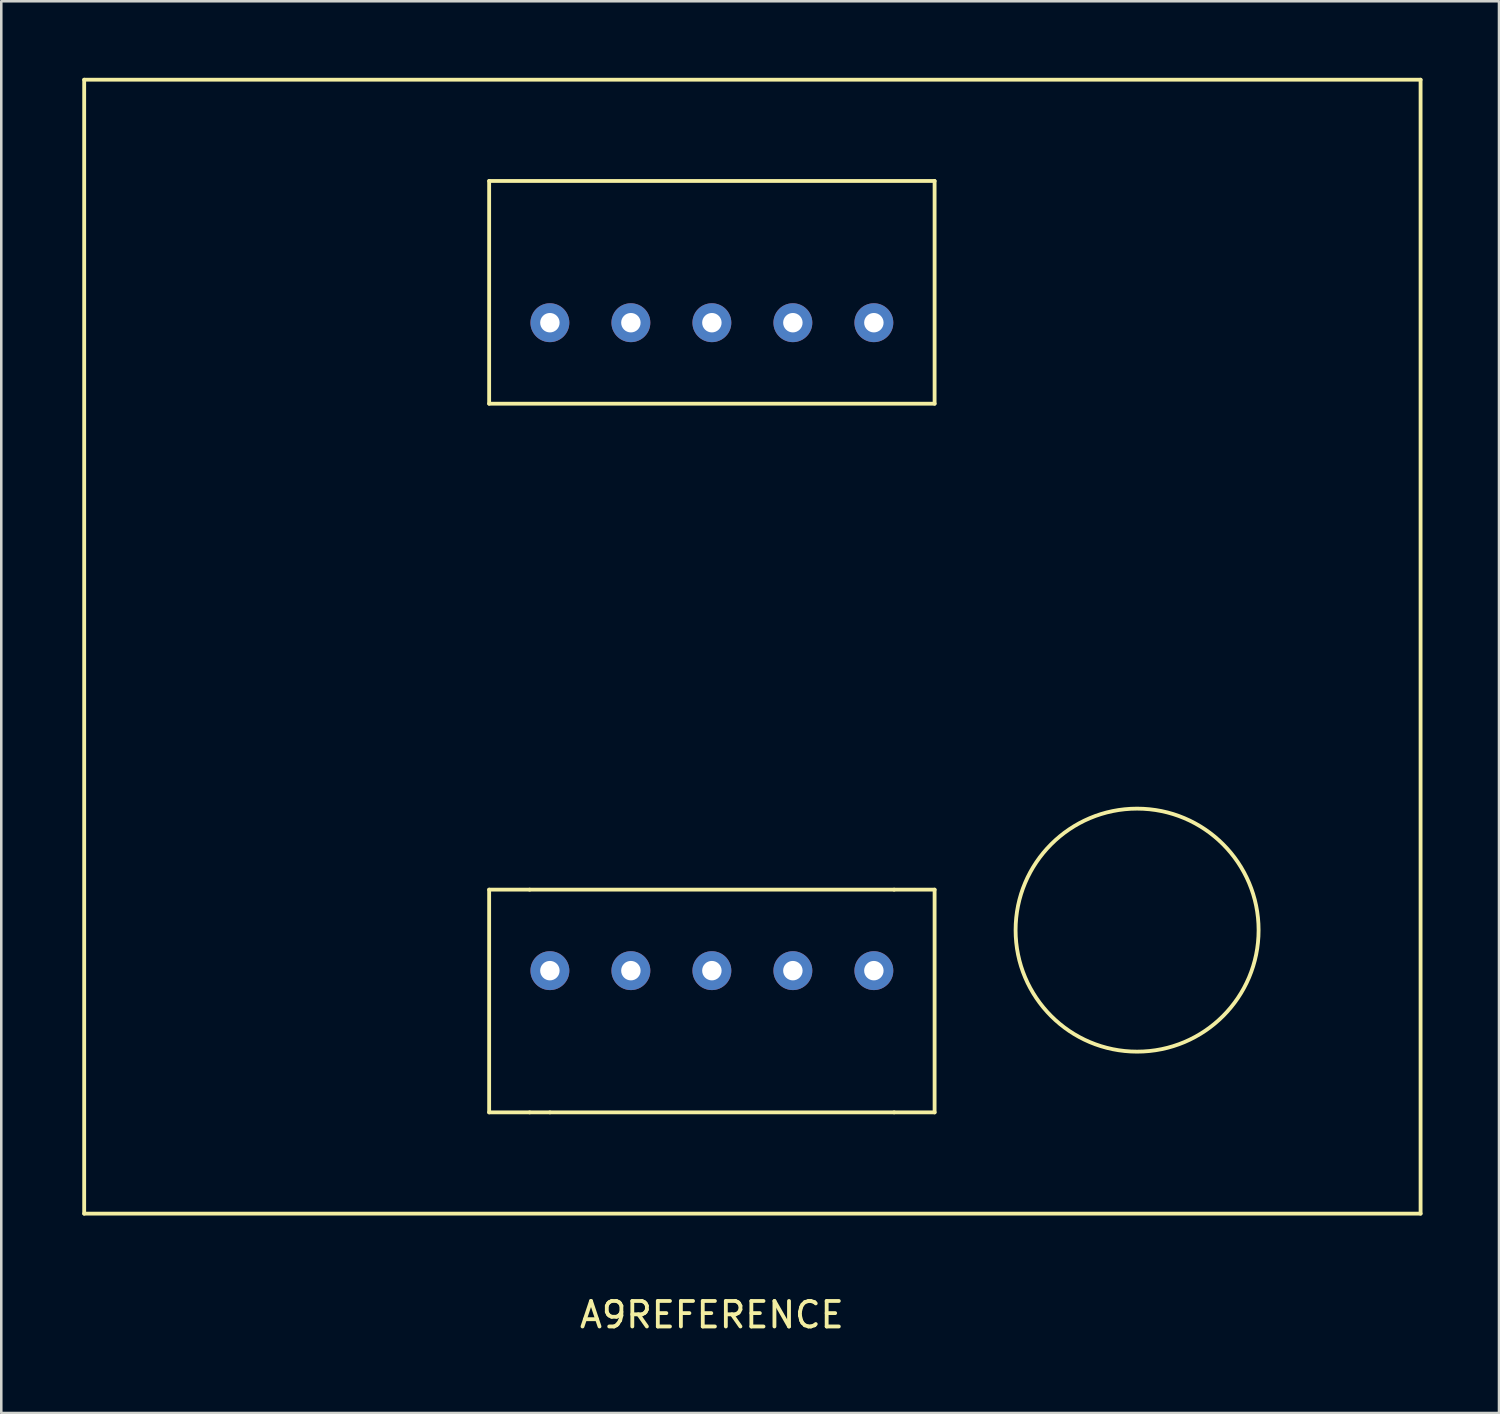
<source format=kicad_pcb>
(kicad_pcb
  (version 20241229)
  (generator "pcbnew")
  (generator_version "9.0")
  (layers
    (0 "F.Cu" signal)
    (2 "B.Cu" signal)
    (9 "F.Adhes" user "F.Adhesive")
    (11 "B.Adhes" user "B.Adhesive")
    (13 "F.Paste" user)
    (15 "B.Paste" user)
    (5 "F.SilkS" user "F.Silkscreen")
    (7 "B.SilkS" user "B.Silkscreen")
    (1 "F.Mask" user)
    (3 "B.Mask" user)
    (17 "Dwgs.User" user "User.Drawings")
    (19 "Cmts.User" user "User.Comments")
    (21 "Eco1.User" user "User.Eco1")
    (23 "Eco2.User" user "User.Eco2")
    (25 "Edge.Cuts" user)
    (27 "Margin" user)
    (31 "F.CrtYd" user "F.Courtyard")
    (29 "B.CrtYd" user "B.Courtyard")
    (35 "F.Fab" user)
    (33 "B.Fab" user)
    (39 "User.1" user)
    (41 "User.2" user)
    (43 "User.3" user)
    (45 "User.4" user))
  (footprint "A9REFERENCE"
    (layer "F.Cu")
    (at 0.25 44.525)
    (property "Reference" "A9REFERENCE" (at 24.606 3.969 0) (layer "F.SilkS") (effects (font (size 1 1) (thickness 0.15))))
    (attr through_hole)
    (fp_line (start 0 -44.45) (end 52.388 -44.45) (stroke (width 0.15) (type solid)) (layer "F.SilkS"))
    (fp_line (start 0 0) (end 0 -44.45) (stroke (width 0.15) (type solid)) (layer "F.SilkS"))
    (fp_line (start 15.875 -40.481) (end 15.875 -31.75) (stroke (width 0.15) (type solid)) (layer "F.SilkS"))
    (fp_line (start 15.875 -12.7) (end 15.875 -3.969) (stroke (width 0.15) (type solid)) (layer "F.SilkS"))
    (fp_line (start 15.875 -3.969) (end 17.462 -3.969) (stroke (width 0.15) (type solid)) (layer "F.SilkS"))
    (fp_line (start 17.462 -12.7) (end 15.875 -12.7) (stroke (width 0.15) (type solid)) (layer "F.SilkS"))
    (fp_line (start 18.256 -3.969) (end 17.462 -3.969) (stroke (width 0.15) (type solid)) (layer "F.SilkS"))
    (fp_line (start 31.75 -12.7) (end 17.462 -12.7) (stroke (width 0.15) (type solid)) (layer "F.SilkS"))
    (fp_line (start 31.75 -12.7) (end 33.337 -12.7) (stroke (width 0.15) (type solid)) (layer "F.SilkS"))
    (fp_line (start 31.75 -3.969) (end 18.256 -3.969) (stroke (width 0.15) (type solid)) (layer "F.SilkS"))
    (fp_line (start 33.337 -40.481) (end 15.875 -40.481) (stroke (width 0.15) (type solid)) (layer "F.SilkS"))
    (fp_line (start 33.337 -31.75) (end 15.875 -31.75) (stroke (width 0.15) (type solid)) (layer "F.SilkS"))
    (fp_line (start 33.337 -31.75) (end 33.337 -40.481) (stroke (width 0.15) (type solid)) (layer "F.SilkS"))
    (fp_line (start 33.337 -12.7) (end 33.337 -3.969) (stroke (width 0.15) (type solid)) (layer "F.SilkS"))
    (fp_line (start 33.337 -3.969) (end 31.75 -3.969) (stroke (width 0.15) (type solid)) (layer "F.SilkS"))
    (fp_line (start 52.388 -44.45) (end 52.388 0) (stroke (width 0.15) (type solid)) (layer "F.SilkS"))
    (fp_line (start 52.388 0) (end 0 0) (stroke (width 0.15) (type solid)) (layer "F.SilkS"))
    (fp_circle (center 41.275 -11.113) (end 46.038 -11.113) (stroke (width 0.15) (type solid)) (fill no) (layer "F.SilkS"))
    (pad "A1" thru_hole circle (at 18.256 -9.525) (size 1.524 1.524) (drill 0.762) (layers "*.Cu" "*.Mask"))
    (pad "A2" thru_hole circle (at 24.606 -9.525) (size 1.524 1.524) (drill 0.762) (layers "*.Cu" "*.Mask"))
    (pad "A3" thru_hole circle (at 27.781 -9.525) (size 1.524 1.524) (drill 0.762) (layers "*.Cu" "*.Mask"))
    (pad "A4" thru_hole circle (at 30.956 -9.525) (size 1.524 1.524) (drill 0.762) (layers "*.Cu" "*.Mask"))
    (pad "B1" thru_hole circle (at 18.256 -34.925) (size 1.524 1.524) (drill 0.762) (layers "*.Cu" "*.Mask"))
    (pad "B2" thru_hole circle (at 21.431 -34.925) (size 1.524 1.524) (drill 0.762) (layers "*.Cu" "*.Mask"))
    (pad "B3" thru_hole circle (at 24.606 -34.925) (size 1.524 1.524) (drill 0.762) (layers "*.Cu" "*.Mask"))
    (pad "B4" thru_hole circle (at 27.781 -34.925) (size 1.524 1.524) (drill 0.762) (layers "*.Cu" "*.Mask"))
    (pad "B5" thru_hole circle (at 30.956 -34.925) (size 1.524 1.524) (drill 0.762) (layers "*.Cu" "*.Mask"))
    (pad "NC" thru_hole circle (at 21.431 -9.525) (size 1.524 1.524) (drill 0.762) (layers "*.Cu" "*.Mask")))
  (gr_rect
    (start -3 -3)
    (end 55.712 52.342)
    (stroke (width 0.1) (type default))
    (fill no)
    (layer "Edge.Cuts")))
</source>
